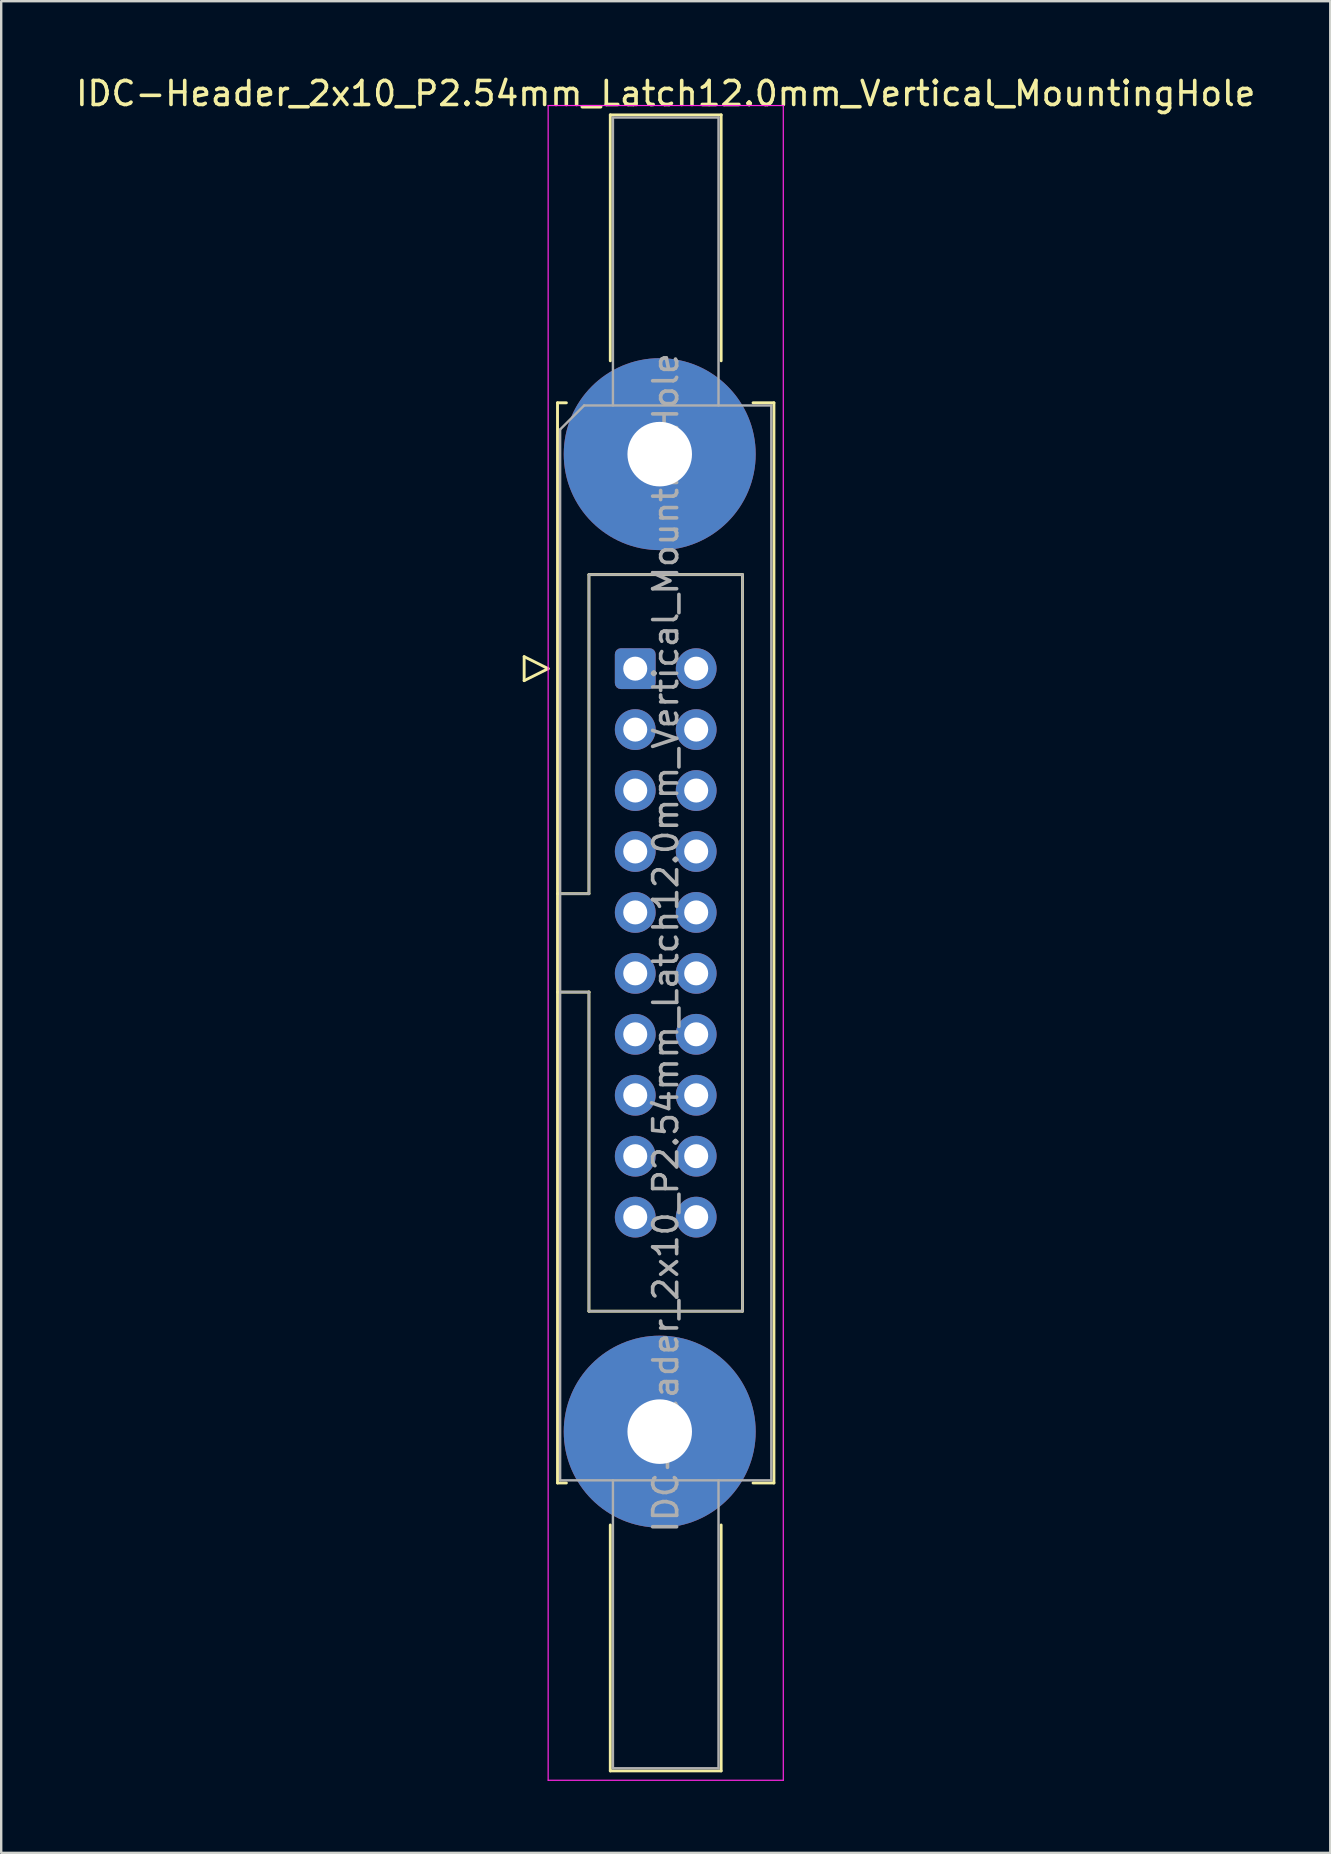
<source format=kicad_pcb>
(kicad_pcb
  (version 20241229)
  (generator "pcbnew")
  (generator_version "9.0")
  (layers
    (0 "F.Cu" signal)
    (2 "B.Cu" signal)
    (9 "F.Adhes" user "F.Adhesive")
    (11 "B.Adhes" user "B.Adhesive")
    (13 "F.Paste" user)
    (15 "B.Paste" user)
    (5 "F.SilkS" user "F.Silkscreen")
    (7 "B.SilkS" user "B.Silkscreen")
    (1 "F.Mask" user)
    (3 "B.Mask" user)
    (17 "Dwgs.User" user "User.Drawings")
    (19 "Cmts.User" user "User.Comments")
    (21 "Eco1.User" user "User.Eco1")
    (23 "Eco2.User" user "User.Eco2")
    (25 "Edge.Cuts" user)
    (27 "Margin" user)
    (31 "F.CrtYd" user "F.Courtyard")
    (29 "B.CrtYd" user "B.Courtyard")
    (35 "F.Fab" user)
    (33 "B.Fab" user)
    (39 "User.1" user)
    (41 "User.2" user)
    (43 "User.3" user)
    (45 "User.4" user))
  (footprint "IDC-Header_2x10_P2.54mm_Latch12.0mm_Vertical_MountingHole"
    (layer "F.Cu")
    (at 23.426 24.818)
    (property "Reference" "IDC-Header_2x10_P2.54mm_Latch12.0mm_Vertical_MountingHole" (at 1.27 -23.97 0) (layer "F.SilkS") (effects (font (size 1 1) (thickness 0.15))))
    (attr through_hole)
    (fp_line (start -4.63 -0.5) (end -4.63 0.5) (stroke (width 0.12) (type solid)) (layer "F.SilkS"))
    (fp_line (start -4.63 0.5) (end -3.63 0) (stroke (width 0.12) (type solid)) (layer "F.SilkS"))
    (fp_line (start -3.63 0) (end -4.63 -0.5) (stroke (width 0.12) (type solid)) (layer "F.SilkS"))
    (fp_line (start -3.24 -11.08) (end -3.24 33.94) (stroke (width 0.12) (type solid)) (layer "F.SilkS"))
    (fp_line (start -3.24 9.38) (end -1.93 9.38) (stroke (width 0.12) (type solid)) (layer "F.SilkS"))
    (fp_line (start -3.24 33.94) (end -2.87 33.94) (stroke (width 0.12) (type solid)) (layer "F.SilkS"))
    (fp_line (start -2.87 -11.08) (end -3.24 -11.08) (stroke (width 0.12) (type solid)) (layer "F.SilkS"))
    (fp_line (start -1.93 -3.92) (end 4.47 -3.92) (stroke (width 0.12) (type solid)) (layer "F.SilkS"))
    (fp_line (start -1.93 9.38) (end -1.93 -3.92) (stroke (width 0.12) (type solid)) (layer "F.SilkS"))
    (fp_line (start -1.93 13.48) (end -3.24 13.48) (stroke (width 0.12) (type solid)) (layer "F.SilkS"))
    (fp_line (start -1.93 13.48) (end -1.93 13.48) (stroke (width 0.12) (type solid)) (layer "F.SilkS"))
    (fp_line (start -1.93 26.78) (end -1.93 13.48) (stroke (width 0.12) (type solid)) (layer "F.SilkS"))
    (fp_line (start -1.04 -23.08) (end 3.58 -23.08) (stroke (width 0.12) (type solid)) (layer "F.SilkS"))
    (fp_line (start -1.04 -12.83) (end -1.04 -23.08) (stroke (width 0.12) (type solid)) (layer "F.SilkS"))
    (fp_line (start -1.04 35.69) (end -1.04 45.94) (stroke (width 0.12) (type solid)) (layer "F.SilkS"))
    (fp_line (start -1.04 45.94) (end 3.58 45.94) (stroke (width 0.12) (type solid)) (layer "F.SilkS"))
    (fp_line (start 3.58 -23.08) (end 3.58 -12.83) (stroke (width 0.12) (type solid)) (layer "F.SilkS"))
    (fp_line (start 3.58 45.94) (end 3.58 35.69) (stroke (width 0.12) (type solid)) (layer "F.SilkS"))
    (fp_line (start 4.47 -3.92) (end 4.47 26.78) (stroke (width 0.12) (type solid)) (layer "F.SilkS"))
    (fp_line (start 4.47 26.78) (end -1.93 26.78) (stroke (width 0.12) (type solid)) (layer "F.SilkS"))
    (fp_line (start 4.91 -11.08) (end 5.78 -11.08) (stroke (width 0.12) (type solid)) (layer "F.SilkS"))
    (fp_line (start 5.78 -11.08) (end 5.78 33.94) (stroke (width 0.12) (type solid)) (layer "F.SilkS"))
    (fp_line (start 5.78 33.94) (end 4.91 33.94) (stroke (width 0.12) (type solid)) (layer "F.SilkS"))
    (fp_line (start -3.63 -23.47) (end -3.63 46.33) (stroke (width 0.05) (type solid)) (layer "F.CrtYd"))
    (fp_line (start -3.63 46.33) (end 6.17 46.33) (stroke (width 0.05) (type solid)) (layer "F.CrtYd"))
    (fp_line (start 6.17 -23.47) (end -3.63 -23.47) (stroke (width 0.05) (type solid)) (layer "F.CrtYd"))
    (fp_line (start 6.17 46.33) (end 6.17 -23.47) (stroke (width 0.05) (type solid)) (layer "F.CrtYd"))
    (fp_line (start -3.13 -9.97) (end -2.13 -10.97) (stroke (width 0.1) (type solid)) (layer "F.Fab"))
    (fp_line (start -3.13 9.38) (end -1.93 9.38) (stroke (width 0.1) (type solid)) (layer "F.Fab"))
    (fp_line (start -3.13 33.83) (end -3.13 -9.97) (stroke (width 0.1) (type solid)) (layer "F.Fab"))
    (fp_line (start -2.13 -10.97) (end 5.67 -10.97) (stroke (width 0.1) (type solid)) (layer "F.Fab"))
    (fp_line (start -1.93 -3.92) (end 4.47 -3.92) (stroke (width 0.1) (type solid)) (layer "F.Fab"))
    (fp_line (start -1.93 9.38) (end -1.93 -3.92) (stroke (width 0.1) (type solid)) (layer "F.Fab"))
    (fp_line (start -1.93 13.48) (end -3.13 13.48) (stroke (width 0.1) (type solid)) (layer "F.Fab"))
    (fp_line (start -1.93 13.48) (end -1.93 13.48) (stroke (width 0.1) (type solid)) (layer "F.Fab"))
    (fp_line (start -1.93 26.78) (end -1.93 13.48) (stroke (width 0.1) (type solid)) (layer "F.Fab"))
    (fp_line (start -0.93 -22.97) (end 3.47 -22.97) (stroke (width 0.1) (type solid)) (layer "F.Fab"))
    (fp_line (start -0.93 -10.97) (end -0.93 -22.97) (stroke (width 0.1) (type solid)) (layer "F.Fab"))
    (fp_line (start -0.93 33.83) (end -0.93 45.83) (stroke (width 0.1) (type solid)) (layer "F.Fab"))
    (fp_line (start -0.93 45.83) (end 3.47 45.83) (stroke (width 0.1) (type solid)) (layer "F.Fab"))
    (fp_line (start 3.47 -22.97) (end 3.47 -10.97) (stroke (width 0.1) (type solid)) (layer "F.Fab"))
    (fp_line (start 3.47 45.83) (end 3.47 33.83) (stroke (width 0.1) (type solid)) (layer "F.Fab"))
    (fp_line (start 4.47 -3.92) (end 4.47 26.78) (stroke (width 0.1) (type solid)) (layer "F.Fab"))
    (fp_line (start 4.47 26.78) (end -1.93 26.78) (stroke (width 0.1) (type solid)) (layer "F.Fab"))
    (fp_line (start 5.67 -10.97) (end 5.67 33.83) (stroke (width 0.1) (type solid)) (layer "F.Fab"))
    (fp_line (start 5.67 33.83) (end -3.13 33.83) (stroke (width 0.1) (type solid)) (layer "F.Fab"))
    (fp_text user "${REFERENCE}" (at 1.27 11.43 90) (layer "F.Fab") (effects (font (size 1 1) (thickness 0.15))))
    (pad "" thru_hole circle (at 1.02 -8.94) (size 8 8) (drill 2.69) (layers "*.Cu" "*.Mask"))
    (pad "" thru_hole circle (at 1.02 31.8) (size 8 8) (drill 2.69) (layers "*.Cu" "*.Mask"))
    (pad "1" thru_hole roundrect (at 0 0) (size 1.7 1.7) (drill 1) (layers "*.Cu" "*.Mask") (roundrect_rratio 0.147))
    (pad "2" thru_hole circle (at 2.54 0) (size 1.7 1.7) (drill 1) (layers "*.Cu" "*.Mask"))
    (pad "3" thru_hole circle (at 0 2.54) (size 1.7 1.7) (drill 1) (layers "*.Cu" "*.Mask"))
    (pad "4" thru_hole circle (at 2.54 2.54) (size 1.7 1.7) (drill 1) (layers "*.Cu" "*.Mask"))
    (pad "5" thru_hole circle (at 0 5.08) (size 1.7 1.7) (drill 1) (layers "*.Cu" "*.Mask"))
    (pad "6" thru_hole circle (at 2.54 5.08) (size 1.7 1.7) (drill 1) (layers "*.Cu" "*.Mask"))
    (pad "7" thru_hole circle (at 0 7.62) (size 1.7 1.7) (drill 1) (layers "*.Cu" "*.Mask"))
    (pad "8" thru_hole circle (at 2.54 7.62) (size 1.7 1.7) (drill 1) (layers "*.Cu" "*.Mask"))
    (pad "9" thru_hole circle (at 0 10.16) (size 1.7 1.7) (drill 1) (layers "*.Cu" "*.Mask"))
    (pad "10" thru_hole circle (at 2.54 10.16) (size 1.7 1.7) (drill 1) (layers "*.Cu" "*.Mask"))
    (pad "11" thru_hole circle (at 0 12.7) (size 1.7 1.7) (drill 1) (layers "*.Cu" "*.Mask"))
    (pad "12" thru_hole circle (at 2.54 12.7) (size 1.7 1.7) (drill 1) (layers "*.Cu" "*.Mask"))
    (pad "13" thru_hole circle (at 0 15.24) (size 1.7 1.7) (drill 1) (layers "*.Cu" "*.Mask"))
    (pad "14" thru_hole circle (at 2.54 15.24) (size 1.7 1.7) (drill 1) (layers "*.Cu" "*.Mask"))
    (pad "15" thru_hole circle (at 0 17.78) (size 1.7 1.7) (drill 1) (layers "*.Cu" "*.Mask"))
    (pad "16" thru_hole circle (at 2.54 17.78) (size 1.7 1.7) (drill 1) (layers "*.Cu" "*.Mask"))
    (pad "17" thru_hole circle (at 0 20.32) (size 1.7 1.7) (drill 1) (layers "*.Cu" "*.Mask"))
    (pad "18" thru_hole circle (at 2.54 20.32) (size 1.7 1.7) (drill 1) (layers "*.Cu" "*.Mask"))
    (pad "19" thru_hole circle (at 0 22.86) (size 1.7 1.7) (drill 1) (layers "*.Cu" "*.Mask"))
    (pad "20" thru_hole circle (at 2.54 22.86) (size 1.7 1.7) (drill 1) (layers "*.Cu" "*.Mask")))
  (gr_rect
    (start -3 -3)
    (end 52.393 74.173)
    (stroke (width 0.1) (type default))
    (fill no)
    (layer "Edge.Cuts")))
</source>
